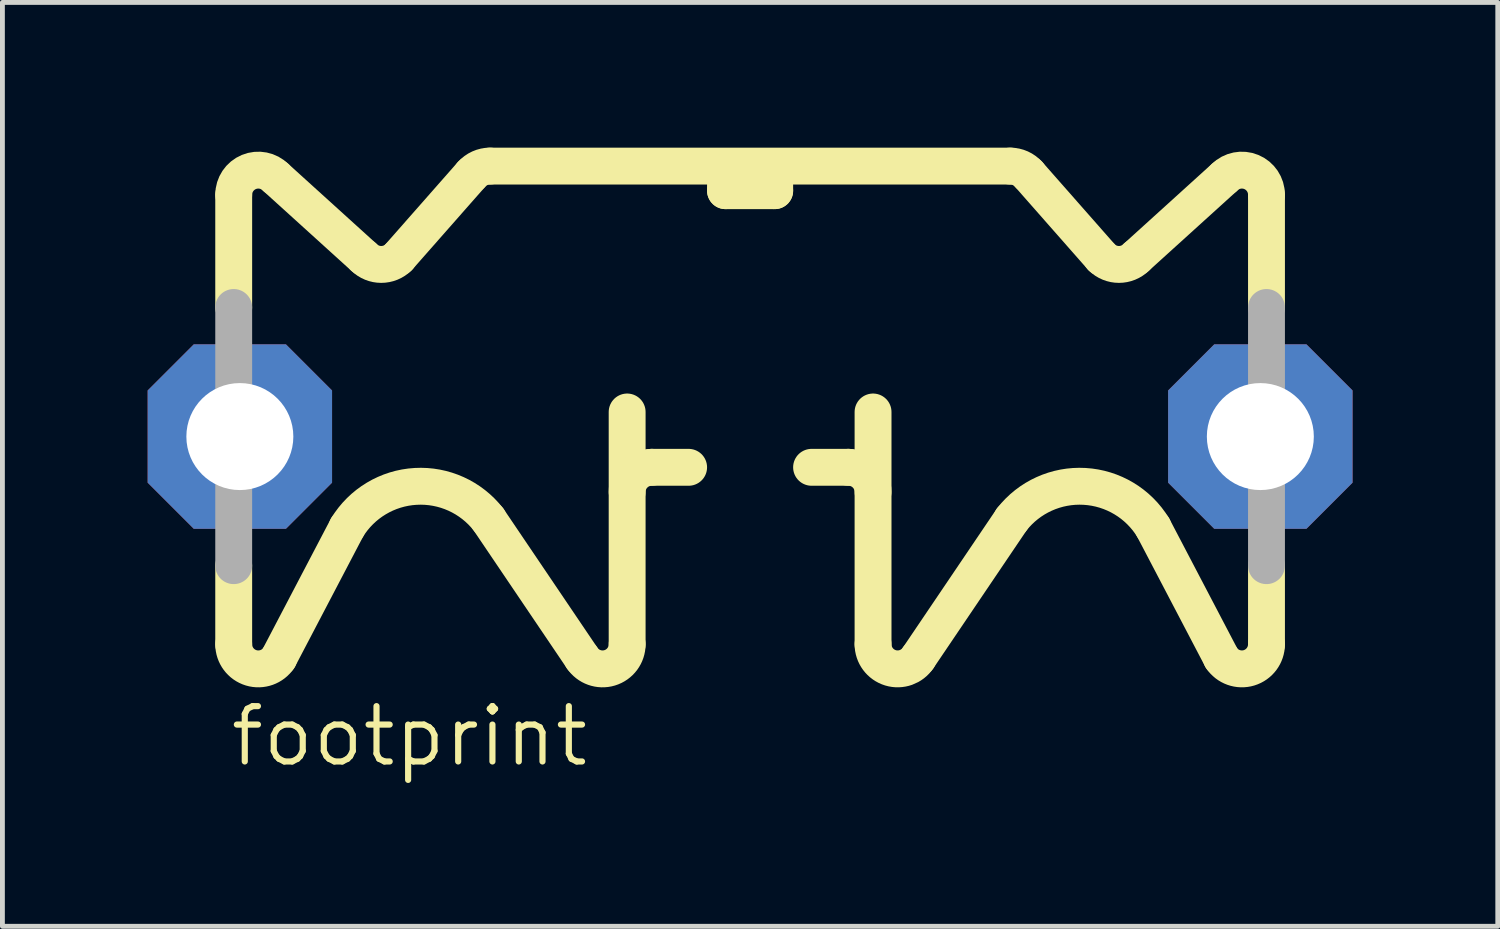
<source format=kicad_pcb>
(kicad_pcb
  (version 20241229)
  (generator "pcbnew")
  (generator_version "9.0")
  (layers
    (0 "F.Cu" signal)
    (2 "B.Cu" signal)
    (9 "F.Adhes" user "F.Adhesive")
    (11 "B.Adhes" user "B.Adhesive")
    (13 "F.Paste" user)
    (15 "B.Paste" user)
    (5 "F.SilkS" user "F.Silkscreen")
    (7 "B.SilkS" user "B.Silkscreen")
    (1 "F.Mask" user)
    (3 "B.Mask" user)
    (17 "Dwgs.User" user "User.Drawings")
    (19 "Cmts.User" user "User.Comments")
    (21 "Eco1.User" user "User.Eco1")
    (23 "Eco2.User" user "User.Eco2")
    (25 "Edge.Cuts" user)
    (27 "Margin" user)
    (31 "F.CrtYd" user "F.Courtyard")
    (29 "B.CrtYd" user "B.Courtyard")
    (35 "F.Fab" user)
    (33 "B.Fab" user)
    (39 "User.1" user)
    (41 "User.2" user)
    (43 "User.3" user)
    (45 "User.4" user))
  (footprint "footprint"
    (layer "F.Cu")
    (at 12.446 0.762)
    (property "Reference" "footprint" (at -10.795 12.065 0) (layer "F.SilkS") (effects (font (size 1.143 1.143) (thickness 0.127)) (justify left bottom)))
    (fp_line (start -10.668 2.54) (end -10.668 0.21) (stroke (width 0.762) (type solid)) (layer "F.SilkS"))
    (fp_line (start -10.668 9.498) (end -10.668 7.874) (stroke (width 0.762) (type solid)) (layer "F.SilkS"))
    (fp_line (start -9.801 -0.149) (end -7.979 1.502) (stroke (width 0.762) (type solid)) (layer "F.SilkS"))
    (fp_line (start -9.737 9.78) (end -8.326 7.085) (stroke (width 0.762) (type solid)) (layer "F.SilkS"))
    (fp_line (start -7.261 1.502) (end -5.755 -0.209) (stroke (width 0.762) (type solid)) (layer "F.SilkS"))
    (fp_line (start -5.374 -0.381) (end 5.374 -0.381) (stroke (width 0.762) (type solid)) (layer "F.SilkS"))
    (fp_line (start -3.471 9.78) (end -5.406 6.918) (stroke (width 0.762) (type solid)) (layer "F.SilkS"))
    (fp_line (start -2.54 4.699) (end -2.54 9.498) (stroke (width 0.762) (type solid)) (layer "F.SilkS"))
    (fp_line (start -2.032 5.842) (end -1.27 5.842) (stroke (width 0.762) (type solid)) (layer "F.SilkS"))
    (fp_line (start -0.508 -0.254) (end -0.508 0.127) (stroke (width 0.762) (type solid)) (layer "F.SilkS"))
    (fp_line (start -0.508 0.127) (end 0.508 0.127) (stroke (width 0.762) (type solid)) (layer "F.SilkS"))
    (fp_line (start 0.508 0.127) (end 0.508 -0.254) (stroke (width 0.762) (type solid)) (layer "F.SilkS"))
    (fp_line (start 2.032 5.842) (end 1.27 5.842) (stroke (width 0.762) (type solid)) (layer "F.SilkS"))
    (fp_line (start 2.54 4.699) (end 2.54 9.498) (stroke (width 0.762) (type solid)) (layer "F.SilkS"))
    (fp_line (start 3.471 9.78) (end 5.406 6.918) (stroke (width 0.762) (type solid)) (layer "F.SilkS"))
    (fp_line (start 7.261 1.502) (end 5.755 -0.209) (stroke (width 0.762) (type solid)) (layer "F.SilkS"))
    (fp_line (start 9.737 9.78) (end 8.326 7.085) (stroke (width 0.762) (type solid)) (layer "F.SilkS"))
    (fp_line (start 9.801 -0.149) (end 7.979 1.502) (stroke (width 0.762) (type solid)) (layer "F.SilkS"))
    (fp_line (start 10.668 2.54) (end 10.668 0.21) (stroke (width 0.762) (type solid)) (layer "F.SilkS"))
    (fp_line (start 10.668 9.498) (end 10.668 7.874) (stroke (width 0.762) (type solid)) (layer "F.SilkS"))
    (fp_arc (start -10.668 0.2104) (mid -10.354406 -0.258925) (end -9.8008 -0.148802) (stroke (width 0.762) (type solid)) (layer "F.SilkS"))
    (fp_arc (start -9.7372 9.7801) (mid -10.307184 9.984476) (end -10.668 9.4982) (stroke (width 0.762) (type solid)) (layer "F.SilkS"))
    (fp_arc (start -8.3259 7.0854) (mid -6.90996 6.236178) (end -5.406101 6.917698) (stroke (width 0.762) (type solid)) (layer "F.SilkS"))
    (fp_arc (start -7.2608 1.5022) (mid -7.62 1.650986) (end -7.9792 1.5022) (stroke (width 0.762) (type solid)) (layer "F.SilkS"))
    (fp_arc (start -5.7549 -0.2086) (mid -5.582835 -0.335931) (end -5.3736 -0.3811) (stroke (width 0.762) (type solid)) (layer "F.SilkS"))
    (fp_arc (start -2.54 6.35) (mid -2.39121 5.99079) (end -2.032 5.842) (stroke (width 0.762) (type solid)) (layer "F.SilkS"))
    (fp_arc (start -2.539798 9.498201) (mid -2.900688 9.98451) (end -3.4707 9.78) (stroke (width 0.762) (type solid)) (layer "F.SilkS"))
    (fp_arc (start 2.032 5.842) (mid 2.39121 5.99079) (end 2.54 6.35) (stroke (width 0.762) (type solid)) (layer "F.SilkS"))
    (fp_arc (start 3.470498 9.779899) (mid 2.900727 9.984302) (end 2.54 9.4982) (stroke (width 0.762) (type solid)) (layer "F.SilkS"))
    (fp_arc (start 5.3736 -0.381) (mid 5.582826 -0.335885) (end 5.754899 -0.2086) (stroke (width 0.762) (type solid)) (layer "F.SilkS"))
    (fp_arc (start 5.4061 6.9177) (mid 6.909959 6.236178) (end 8.325899 7.085399) (stroke (width 0.762) (type solid)) (layer "F.SilkS"))
    (fp_arc (start 7.9792 1.5022) (mid 7.62 1.650986) (end 7.2608 1.5022) (stroke (width 0.762) (type solid)) (layer "F.SilkS"))
    (fp_arc (start 9.8008 -0.1488) (mid 10.354405 -0.258924) (end 10.667998 0.210399) (stroke (width 0.762) (type solid)) (layer "F.SilkS"))
    (fp_arc (start 10.667799 9.498198) (mid 10.307099 9.984316) (end 9.7373 9.78) (stroke (width 0.762) (type solid)) (layer "F.SilkS"))
    (fp_line (start -10.668 7.874) (end -10.668 2.54) (stroke (width 0.762) (type solid)) (layer "F.Fab"))
    (fp_line (start 10.668 7.874) (end 10.668 2.54) (stroke (width 0.762) (type solid)) (layer "F.Fab"))
    (pad "M" thru_hole roundrect (at 10.541 5.207) (size 3.81 3.81) (drill 2.21) (layers "*.Cu" "*.Mask") (roundrect_rratio 0.25) (chamfer_ratio 0.25) (chamfer top_left top_right bottom_left bottom_right))
    (pad "M1" thru_hole roundrect (at -10.541 5.207) (size 3.81 3.81) (drill 2.21) (layers "*.Cu" "*.Mask") (roundrect_rratio 0.25) (chamfer_ratio 0.25) (chamfer top_left top_right bottom_left bottom_right)))
  (gr_rect
    (start -3 -3)
    (end 27.892 16.086)
    (stroke (width 0.1) (type default))
    (fill no)
    (layer "Edge.Cuts")))
</source>
